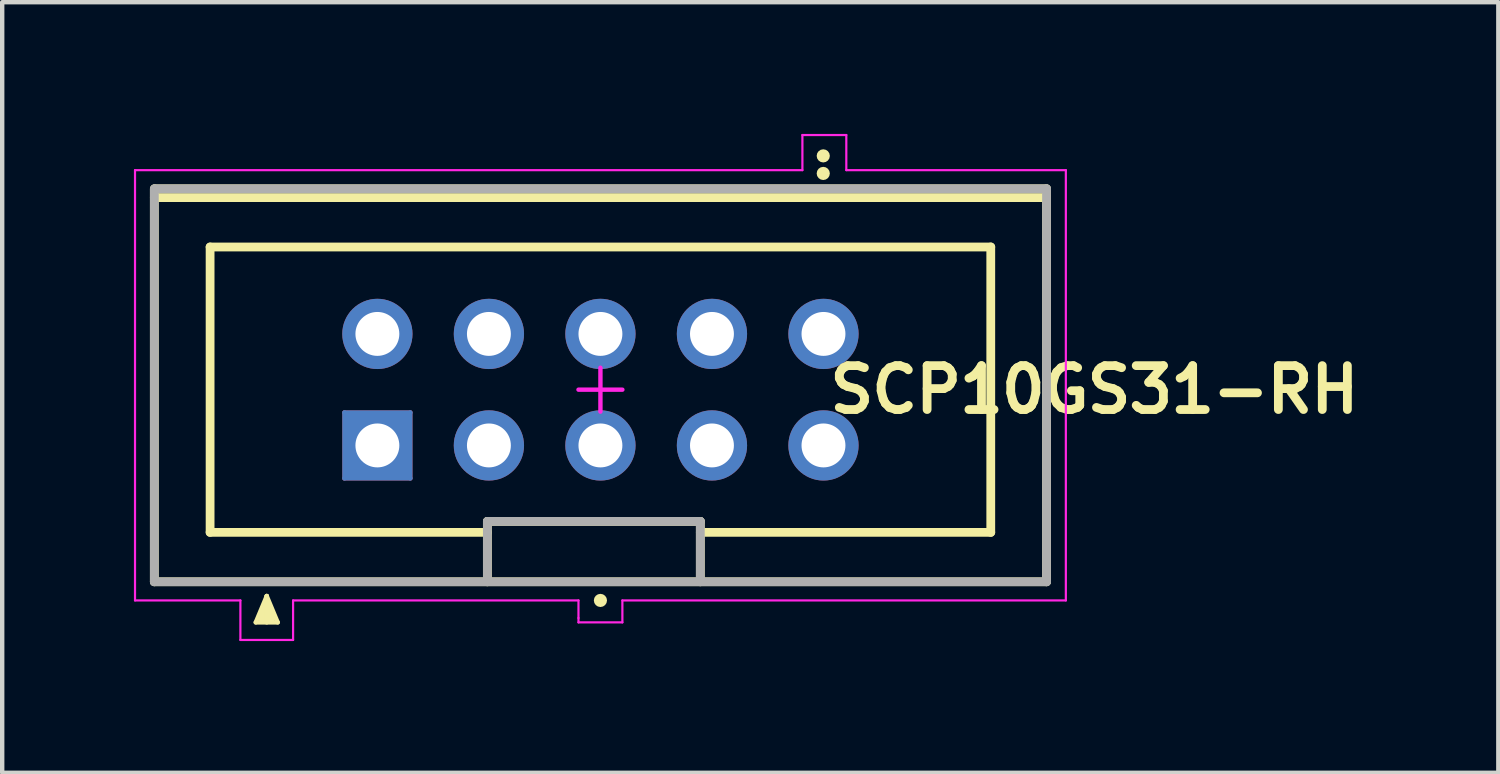
<source format=kicad_pcb>
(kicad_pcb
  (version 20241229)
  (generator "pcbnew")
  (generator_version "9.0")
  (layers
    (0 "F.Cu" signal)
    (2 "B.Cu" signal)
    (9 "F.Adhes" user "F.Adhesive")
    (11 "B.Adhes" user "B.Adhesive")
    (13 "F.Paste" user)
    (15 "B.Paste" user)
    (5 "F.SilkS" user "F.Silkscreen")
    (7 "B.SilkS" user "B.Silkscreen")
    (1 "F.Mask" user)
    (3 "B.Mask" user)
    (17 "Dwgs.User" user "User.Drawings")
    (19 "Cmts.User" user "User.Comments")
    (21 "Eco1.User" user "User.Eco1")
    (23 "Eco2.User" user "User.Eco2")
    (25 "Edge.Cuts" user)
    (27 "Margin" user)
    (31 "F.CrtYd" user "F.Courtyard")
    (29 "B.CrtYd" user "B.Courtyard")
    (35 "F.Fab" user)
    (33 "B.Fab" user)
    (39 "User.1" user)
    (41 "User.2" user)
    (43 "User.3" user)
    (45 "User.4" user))
  (footprint "SCP10GS31-RH"
    (layer "F.Cu")
    (at 10.625 5.825)
    (property "Reference" "SCP10GS31-RH" (at 11.25 0 0) (layer "F.SilkS") (effects (font (size 1 1) (thickness 0.2))))
    (attr through_hole)
    (fp_line (start -5.83 0.52) (end -4.33 0.52) (stroke (width 0.1) (type solid)) (layer "F.Cu"))
    (fp_line (start -5.83 2.02) (end -5.83 0.52) (stroke (width 0.1) (type solid)) (layer "F.Cu"))
    (fp_line (start -4.33 0.52) (end -4.33 2.02) (stroke (width 0.1) (type solid)) (layer "F.Cu"))
    (fp_line (start -4.33 2.02) (end -5.83 2.02) (stroke (width 0.1) (type solid)) (layer "F.Cu"))
    (fp_line (start -5.83 0.52) (end -4.33 0.52) (stroke (width 0.3) (type solid)) (layer "F.Mask"))
    (fp_line (start -5.83 2.02) (end -5.83 0.52) (stroke (width 0.3) (type solid)) (layer "F.Mask"))
    (fp_line (start -4.33 0.52) (end -4.33 2.02) (stroke (width 0.3) (type solid)) (layer "F.Mask"))
    (fp_line (start -4.33 2.02) (end -5.83 2.02) (stroke (width 0.3) (type solid)) (layer "F.Mask"))
    (fp_line (start -5.83 0.52) (end -4.33 0.52) (stroke (width 0.1) (type solid)) (layer "B.Cu"))
    (fp_line (start -5.83 2.02) (end -5.83 0.52) (stroke (width 0.1) (type solid)) (layer "B.Cu"))
    (fp_line (start -4.33 0.52) (end -4.33 2.02) (stroke (width 0.1) (type solid)) (layer "B.Cu"))
    (fp_line (start -4.33 2.02) (end -5.83 2.02) (stroke (width 0.1) (type solid)) (layer "B.Cu"))
    (fp_line (start -5.83 0.52) (end -5.83 2.02) (stroke (width 0.3) (type solid)) (layer "B.Mask"))
    (fp_line (start -5.83 2.02) (end -4.33 2.02) (stroke (width 0.3) (type solid)) (layer "B.Mask"))
    (fp_line (start -4.33 0.52) (end -5.83 0.52) (stroke (width 0.3) (type solid)) (layer "B.Mask"))
    (fp_line (start -4.33 2.02) (end -4.33 0.52) (stroke (width 0.3) (type solid)) (layer "B.Mask"))
    (fp_line (start -10.16 -4.575) (end -10.16 4.375) (stroke (width 0.2) (type solid)) (layer "F.SilkS"))
    (fp_line (start -8.89 -3.25) (end -8.89 3.25) (stroke (width 0.2) (type solid)) (layer "F.SilkS"))
    (fp_line (start -8.89 -3.25) (end 8.89 -3.25) (stroke (width 0.2) (type solid)) (layer "F.SilkS"))
    (fp_line (start -7.85 5.3) (end -7.35 5.3) (stroke (width 0.1) (type solid)) (layer "F.SilkS"))
    (fp_line (start -7.7 5.2) (end -7.6 5) (stroke (width 0.2) (type solid)) (layer "F.SilkS"))
    (fp_line (start -7.6 4.7) (end -7.85 5.3) (stroke (width 0.1) (type solid)) (layer "F.SilkS"))
    (fp_line (start -7.6 4.7) (end -7.6 5) (stroke (width 0.1) (type solid)) (layer "F.SilkS"))
    (fp_line (start -7.6 4.7) (end -7.35 5.3) (stroke (width 0.1) (type solid)) (layer "F.SilkS"))
    (fp_line (start -7.6 5) (end -7.5 5.2) (stroke (width 0.2) (type solid)) (layer "F.SilkS"))
    (fp_line (start -7.6 5.3) (end -7.6 4.7) (stroke (width 0.1) (type solid)) (layer "F.SilkS"))
    (fp_line (start -2.575 3) (end -2.575 4.375) (stroke (width 0.2) (type solid)) (layer "F.SilkS"))
    (fp_line (start -2.575 3.25) (end -8.89 3.25) (stroke (width 0.2) (type solid)) (layer "F.SilkS"))
    (fp_line (start 2.275 3) (end -2.575 3) (stroke (width 0.2) (type solid)) (layer "F.SilkS"))
    (fp_line (start 2.275 3) (end 2.275 4.375) (stroke (width 0.2) (type solid)) (layer "F.SilkS"))
    (fp_line (start 8.89 -3.25) (end 8.89 3.25) (stroke (width 0.2) (type solid)) (layer "F.SilkS"))
    (fp_line (start 8.89 3.25) (end 2.275 3.25) (stroke (width 0.2) (type solid)) (layer "F.SilkS"))
    (fp_line (start 10.16 -4.575) (end -10.15 -4.575) (stroke (width 0.2) (type solid)) (layer "F.SilkS"))
    (fp_line (start 10.16 -4.375) (end -10.16 -4.375) (stroke (width 0.2) (type solid)) (layer "F.SilkS"))
    (fp_line (start 10.16 4.375) (end -10.16 4.375) (stroke (width 0.2) (type solid)) (layer "F.SilkS"))
    (fp_line (start 10.16 4.375) (end 10.16 -4.575) (stroke (width 0.2) (type solid)) (layer "F.SilkS"))
    (fp_circle (center 0 4.8) (end 0.075 4.8) (stroke (width 0.15) (type solid)) (fill no) (layer "F.SilkS"))
    (fp_circle (center 5.075 -5.325) (end 5.15 -5.325) (stroke (width 0.15) (type solid)) (fill no) (layer "F.SilkS"))
    (fp_circle (center 5.075 -4.925) (end 5.15 -4.925) (stroke (width 0.15) (type solid)) (fill no) (layer "F.SilkS"))
    (fp_line (start -10.6 4.8) (end -10.6 -5) (stroke (width 0.05) (type solid)) (layer "F.CrtYd"))
    (fp_line (start -10.6 4.8) (end -8.2 4.8) (stroke (width 0.05) (type solid)) (layer "F.CrtYd"))
    (fp_line (start -8.2 4.8) (end -8.2 5.7) (stroke (width 0.05) (type solid)) (layer "F.CrtYd"))
    (fp_line (start -8.2 5.7) (end -7 5.7) (stroke (width 0.05) (type solid)) (layer "F.CrtYd"))
    (fp_line (start -7 4.8) (end -0.5 4.8) (stroke (width 0.05) (type solid)) (layer "F.CrtYd"))
    (fp_line (start -7 5.7) (end -7 4.8) (stroke (width 0.05) (type solid)) (layer "F.CrtYd"))
    (fp_line (start -0.5 0) (end 0.5 0) (stroke (width 0.1) (type solid)) (layer "F.CrtYd"))
    (fp_line (start -0.5 4.8) (end -0.5 5.2) (stroke (width 0.05) (type solid)) (layer "F.CrtYd"))
    (fp_line (start -0.5 5.2) (end -0.5 5.3) (stroke (width 0.05) (type solid)) (layer "F.CrtYd"))
    (fp_line (start -0.5 5.3) (end 0.5 5.3) (stroke (width 0.05) (type solid)) (layer "F.CrtYd"))
    (fp_line (start 0 -0.5) (end 0 0.5) (stroke (width 0.1) (type solid)) (layer "F.CrtYd"))
    (fp_line (start 0.5 4.8) (end 10.6 4.8) (stroke (width 0.05) (type solid)) (layer "F.CrtYd"))
    (fp_line (start 0.5 5.3) (end 0.5 4.8) (stroke (width 0.05) (type solid)) (layer "F.CrtYd"))
    (fp_line (start 4.6 -5.8) (end 4.6 -5) (stroke (width 0.05) (type solid)) (layer "F.CrtYd"))
    (fp_line (start 4.6 -5) (end -10.6 -5) (stroke (width 0.05) (type solid)) (layer "F.CrtYd"))
    (fp_line (start 5.6 -5.8) (end 4.6 -5.8) (stroke (width 0.05) (type solid)) (layer "F.CrtYd"))
    (fp_line (start 5.6 -5) (end 5.6 -5.8) (stroke (width 0.05) (type solid)) (layer "F.CrtYd"))
    (fp_line (start 10.6 -5) (end 5.6 -5) (stroke (width 0.05) (type solid)) (layer "F.CrtYd"))
    (fp_line (start 10.6 4.8) (end 10.6 -5) (stroke (width 0.05) (type solid)) (layer "F.CrtYd"))
    (fp_line (start -10.16 -4.575) (end -10.16 4.375) (stroke (width 0.2) (type solid)) (layer "F.Fab"))
    (fp_line (start -2.575 3) (end -2.575 4.375) (stroke (width 0.2) (type solid)) (layer "F.Fab"))
    (fp_line (start 2.275 3) (end -2.575 3) (stroke (width 0.2) (type solid)) (layer "F.Fab"))
    (fp_line (start 2.275 3) (end 2.275 4.375) (stroke (width 0.2) (type solid)) (layer "F.Fab"))
    (fp_line (start 10.16 -4.575) (end -10.15 -4.575) (stroke (width 0.2) (type solid)) (layer "F.Fab"))
    (fp_line (start 10.16 4.375) (end -10.16 4.375) (stroke (width 0.2) (type solid)) (layer "F.Fab"))
    (fp_line (start 10.16 4.375) (end 10.16 -4.575) (stroke (width 0.2) (type solid)) (layer "F.Fab"))
    (pad "1" thru_hole rect (at -5.08 1.27) (size 1.5 1.5) (drill 1) (layers "*.Cu" "*.Mask"))
    (pad "2" thru_hole circle (at -5.08 -1.27) (size 1.6 1.6) (drill 1) (layers "*.Cu" "*.Mask"))
    (pad "3" thru_hole circle (at -2.54 1.27) (size 1.6 1.6) (drill 1) (layers "*.Cu" "*.Mask"))
    (pad "4" thru_hole circle (at -2.54 -1.27) (size 1.6 1.6) (drill 1) (layers "*.Cu" "*.Mask"))
    (pad "5" thru_hole circle (at 0 1.27) (size 1.6 1.6) (drill 1) (layers "*.Cu" "*.Mask"))
    (pad "6" thru_hole circle (at 0 -1.27) (size 1.6 1.6) (drill 1) (layers "*.Cu" "*.Mask"))
    (pad "7" thru_hole circle (at 2.54 1.27) (size 1.6 1.6) (drill 1) (layers "*.Cu" "*.Mask"))
    (pad "8" thru_hole circle (at 2.54 -1.27) (size 1.6 1.6) (drill 1) (layers "*.Cu" "*.Mask"))
    (pad "9" thru_hole circle (at 5.08 1.27) (size 1.6 1.6) (drill 1) (layers "*.Cu" "*.Mask"))
    (pad "10" thru_hole circle (at 5.08 -1.27) (size 1.6 1.6) (drill 1) (layers "*.Cu" "*.Mask")))
  (gr_rect
    (start -3 -3)
    (end 31.075 14.55)
    (stroke (width 0.1) (type default))
    (fill no)
    (layer "Edge.Cuts")))
</source>
